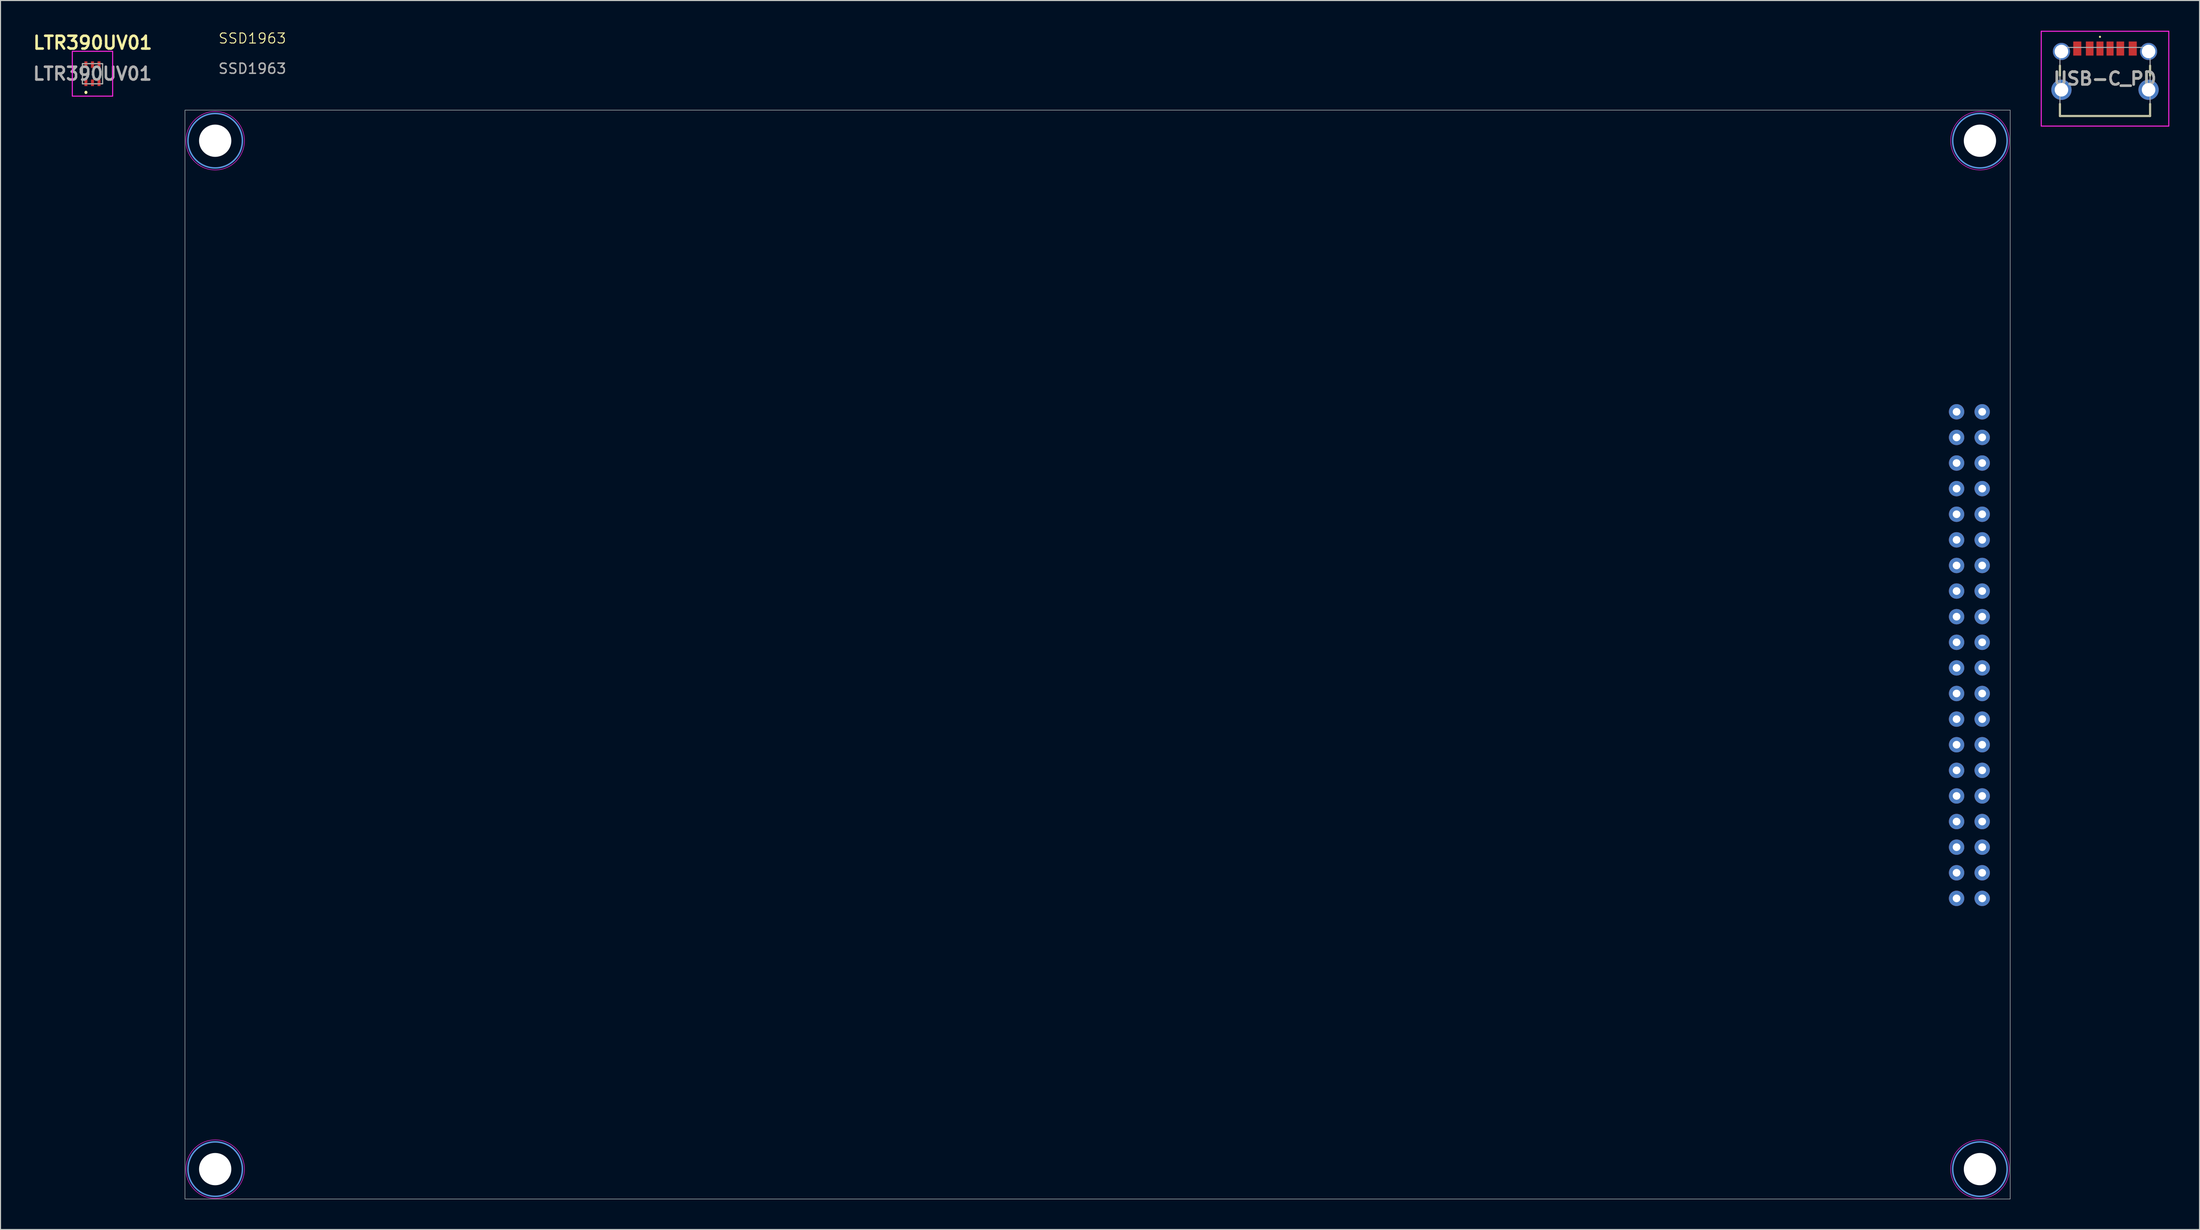
<source format=kicad_pcb>
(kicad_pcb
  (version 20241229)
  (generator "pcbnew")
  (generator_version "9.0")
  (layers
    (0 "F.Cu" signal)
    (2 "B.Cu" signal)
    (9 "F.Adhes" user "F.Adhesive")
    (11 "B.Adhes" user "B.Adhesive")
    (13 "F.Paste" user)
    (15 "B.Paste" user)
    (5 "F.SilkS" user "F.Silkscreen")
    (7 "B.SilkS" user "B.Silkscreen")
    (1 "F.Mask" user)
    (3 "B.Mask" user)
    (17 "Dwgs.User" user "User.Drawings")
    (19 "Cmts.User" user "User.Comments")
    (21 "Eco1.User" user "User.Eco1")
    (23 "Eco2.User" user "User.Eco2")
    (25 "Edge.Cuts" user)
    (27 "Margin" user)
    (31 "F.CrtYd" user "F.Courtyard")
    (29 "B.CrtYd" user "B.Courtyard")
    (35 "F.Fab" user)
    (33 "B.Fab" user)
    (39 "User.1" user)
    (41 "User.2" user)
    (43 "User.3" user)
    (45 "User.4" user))
  (footprint "USB-C_PD"
    (layer "F.Cu")
    (at 205.691 5.055)
    (property "Reference" "USB-C_PD" (at 0 -0.303 0) (layer "F.SilkS") (effects (font (size 1.27 1.27) (thickness 0.254))))
    (attr through_hole)
    (fp_line (start -4.47 -1.6) (end -4.47 -0.6) (stroke (width 0.2) (type solid)) (layer "F.SilkS"))
    (fp_line (start -4.47 2.2) (end -4.47 3.4) (stroke (width 0.2) (type solid)) (layer "F.SilkS"))
    (fp_line (start -4.47 3.4) (end 4.47 3.4) (stroke (width 0.2) (type solid)) (layer "F.SilkS"))
    (fp_line (start -0.5 -4.5) (end -0.5 -4.5) (stroke (width 0.1) (type solid)) (layer "F.SilkS"))
    (fp_line (start -0.5 -4.4) (end -0.5 -4.4) (stroke (width 0.1) (type solid)) (layer "F.SilkS"))
    (fp_line (start 4.47 -1.6) (end 4.47 -0.6) (stroke (width 0.2) (type solid)) (layer "F.SilkS"))
    (fp_line (start 4.47 3.4) (end 4.47 2.2) (stroke (width 0.2) (type solid)) (layer "F.SilkS"))
    (fp_arc (start -0.5 -4.5) (mid -0.45 -4.45) (end -0.5 -4.4) (stroke (width 0.1) (type solid)) (layer "F.SilkS"))
    (fp_arc (start -0.5 -4.4) (mid -0.55 -4.45) (end -0.5 -4.5) (stroke (width 0.1) (type solid)) (layer "F.SilkS"))
    (fp_line (start -6.325 -5.005) (end 6.325 -5.005) (stroke (width 0.1) (type solid)) (layer "F.CrtYd"))
    (fp_line (start -6.325 4.4) (end -6.325 -5.005) (stroke (width 0.1) (type solid)) (layer "F.CrtYd"))
    (fp_line (start 6.325 -5.005) (end 6.325 4.4) (stroke (width 0.1) (type solid)) (layer "F.CrtYd"))
    (fp_line (start 6.325 4.4) (end -6.325 4.4) (stroke (width 0.1) (type solid)) (layer "F.CrtYd"))
    (fp_line (start -4.47 -3.4) (end 4.47 -3.4) (stroke (width 0.1) (type solid)) (layer "F.Fab"))
    (fp_line (start -4.47 3.4) (end -4.47 -3.4) (stroke (width 0.1) (type solid)) (layer "F.Fab"))
    (fp_line (start 4.47 -3.4) (end 4.47 3.4) (stroke (width 0.1) (type solid)) (layer "F.Fab"))
    (fp_line (start 4.47 3.4) (end -4.47 3.4) (stroke (width 0.1) (type solid)) (layer "F.Fab"))
    (fp_text user "${REFERENCE}" (at 0 -0.303 0) (layer "F.Fab") (effects (font (size 1.27 1.27) (thickness 0.254))))
    (pad "A5" smd rect (at -0.5 -3.29) (size 0.7 1.4) (layers "F.Cu" "F.Mask" "F.Paste"))
    (pad "A9" smd rect (at 1.52 -3.29) (size 0.76 1.4) (layers "F.Cu" "F.Mask" "F.Paste"))
    (pad "A12" smd rect (at 2.75 -3.29) (size 0.8 1.4) (layers "F.Cu" "F.Mask" "F.Paste"))
    (pad "B5" smd rect (at 0.5 -3.29) (size 0.7 1.4) (layers "F.Cu" "F.Mask" "F.Paste"))
    (pad "B9" smd rect (at -1.52 -3.29) (size 0.76 1.4) (layers "F.Cu" "F.Mask" "F.Paste"))
    (pad "B12" smd rect (at -2.75 -3.29) (size 0.8 1.4) (layers "F.Cu" "F.Mask" "F.Paste"))
    (pad "S1" thru_hole circle (at -4.32 -3) (size 1.7 1.7) (drill 1.34) (layers "*.Cu" "*.Mask"))
    (pad "S1" thru_hole circle (at -4.32 0.8) (size 2.01 2.01) (drill 1.34) (layers "*.Cu" "*.Mask"))
    (pad "S1" thru_hole circle (at 4.32 -3) (size 1.7 1.7) (drill 1.34) (layers "*.Cu" "*.Mask"))
    (pad "S1" thru_hole circle (at 4.32 0.8) (size 2.01 2.01) (drill 1.34) (layers "*.Cu" "*.Mask")))
  (footprint "LTR390UV01"
    (layer "F.Cu")
    (at 6.12 4.262)
    (property "Reference" "LTR390UV01" (at 0.025 -3.073 0) (layer "F.SilkS") (effects (font (size 1.27 1.27) (thickness 0.254))))
    (attr smd)
    (fp_line (start -1 -1) (end -1 0.982) (stroke (width 0.1) (type default)) (layer "F.SilkS"))
    (fp_line (start -0.999 1.001) (end -0.853 1) (stroke (width 0.1) (type default)) (layer "F.SilkS"))
    (fp_line (start -0.999 -0.999) (end -0.853 -1) (stroke (width 0.1) (type default)) (layer "F.SilkS"))
    (fp_line (start -0.65 1.8) (end -0.65 1.8) (stroke (width 0.2) (type solid)) (layer "F.SilkS"))
    (fp_line (start -0.65 1.9) (end -0.65 1.9) (stroke (width 0.2) (type solid)) (layer "F.SilkS"))
    (fp_line (start -0.65 1.9) (end -0.65 1.9) (stroke (width 0.2) (type solid)) (layer "F.SilkS"))
    (fp_line (start -0.445 1) (end -0.206 1) (stroke (width 0.1) (type default)) (layer "F.SilkS"))
    (fp_line (start -0.444 -0.999) (end -0.204 -0.999) (stroke (width 0.1) (type default)) (layer "F.SilkS"))
    (fp_line (start 0.204 1) (end 0.443 1) (stroke (width 0.1) (type default)) (layer "F.SilkS"))
    (fp_line (start 0.206 -1) (end 0.445 -1) (stroke (width 0.1) (type default)) (layer "F.SilkS"))
    (fp_line (start 1 0.999) (end 0.854 1) (stroke (width 0.1) (type default)) (layer "F.SilkS"))
    (fp_line (start 1 -1.001) (end 0.854 -1) (stroke (width 0.1) (type default)) (layer "F.SilkS"))
    (fp_line (start 1.001 0.999) (end 1.001 -0.982) (stroke (width 0.1) (type default)) (layer "F.SilkS"))
    (fp_arc (start -0.65 1.8) (mid -0.6 1.85) (end -0.65 1.9) (stroke (width 0.2) (type solid)) (layer "F.SilkS"))
    (fp_arc (start -0.65 1.8) (mid -0.6 1.85) (end -0.65 1.9) (stroke (width 0.2) (type solid)) (layer "F.SilkS"))
    (fp_arc (start -0.65 1.9) (mid -0.7 1.85) (end -0.65 1.8) (stroke (width 0.2) (type solid)) (layer "F.SilkS"))
    (fp_line (start -2 -2.225) (end 2 -2.225) (stroke (width 0.1) (type solid)) (layer "F.CrtYd"))
    (fp_line (start -2 2.225) (end -2 -2.225) (stroke (width 0.1) (type solid)) (layer "F.CrtYd"))
    (fp_line (start 2 -2.225) (end 2 2.225) (stroke (width 0.1) (type solid)) (layer "F.CrtYd"))
    (fp_line (start 2 2.225) (end -2 2.225) (stroke (width 0.1) (type solid)) (layer "F.CrtYd"))
    (fp_line (start -1 -1) (end 1 -1) (stroke (width 0.1) (type solid)) (layer "F.Fab"))
    (fp_line (start -1 1) (end -1 -1) (stroke (width 0.1) (type solid)) (layer "F.Fab"))
    (fp_line (start 1 -1) (end 1 1) (stroke (width 0.1) (type solid)) (layer "F.Fab"))
    (fp_line (start 1 1) (end -1 1) (stroke (width 0.1) (type solid)) (layer "F.Fab"))
    (fp_text user "${REFERENCE}" (at 0 0 0) (layer "F.Fab") (effects (font (size 1.27 1.27) (thickness 0.254))))
    (pad "1" smd rect (at -0.65 0.9) (size 0.3 0.65) (layers "F.Cu" "F.Mask" "F.Paste"))
    (pad "2" smd rect (at 0 0.9) (size 0.3 0.65) (layers "F.Cu" "F.Mask" "F.Paste"))
    (pad "3" smd rect (at 0.65 0.9) (size 0.3 0.65) (layers "F.Cu" "F.Mask" "F.Paste"))
    (pad "4" smd rect (at 0.65 -0.9) (size 0.3 0.65) (layers "F.Cu" "F.Mask" "F.Paste"))
    (pad "5" smd rect (at 0 -0.9) (size 0.3 0.65) (layers "F.Cu" "F.Mask" "F.Paste"))
    (pad "6" smd rect (at -0.65 -0.9) (size 0.3 0.65) (layers "F.Cu" "F.Mask" "F.Paste")))
  (footprint "SSD1963"
    (layer "F.Cu")
    (at 192.115 59.284)
    (property "Reference" "SSD1963" (at -170.144 -58.524 0) (unlocked yes) (layer "F.SilkS") (effects (font (size 1 1) (thickness 0.1))))
    (attr through_hole)
    (fp_rect (start -176.824 -51.41) (end 4.176 56.59) (stroke (width 0.05) (type default)) (fill no) (layer "Dwgs.User"))
    (fp_circle (center -173.827 -48.376) (end -171.127 -48.376) (stroke (width 0.15) (type solid)) (fill no) (layer "Cmts.User"))
    (fp_circle (center -173.827 53.624) (end -171.127 53.624) (stroke (width 0.15) (type solid)) (fill no) (layer "Cmts.User"))
    (fp_circle (center 1.173 -48.376) (end 3.873 -48.376) (stroke (width 0.15) (type solid)) (fill no) (layer "Cmts.User"))
    (fp_circle (center 1.173 53.624) (end 3.873 53.624) (stroke (width 0.15) (type solid)) (fill no) (layer "Cmts.User"))
    (fp_circle (center -173.827 -48.376) (end -170.927 -48.376) (stroke (width 0.05) (type solid)) (fill no) (layer "F.CrtYd"))
    (fp_circle (center -173.827 53.624) (end -170.927 53.624) (stroke (width 0.05) (type solid)) (fill no) (layer "F.CrtYd"))
    (fp_circle (center 1.173 -48.376) (end 4.073 -48.376) (stroke (width 0.05) (type solid)) (fill no) (layer "F.CrtYd"))
    (fp_circle (center 1.173 53.624) (end 4.073 53.624) (stroke (width 0.05) (type solid)) (fill no) (layer "F.CrtYd"))
    (fp_text user "${REFERENCE}" (at -170.144 -55.524 0) (unlocked yes) (layer "F.Fab") (effects (font (size 1 1) (thickness 0.15))))
    (pad "" np_thru_hole circle (at -173.827 -48.376) (size 3.2 3.2) (drill 3.2) (layers "*.Cu" "*.Mask"))
    (pad "" np_thru_hole circle (at -173.827 53.624) (size 3.2 3.2) (drill 3.2) (layers "*.Cu" "*.Mask"))
    (pad "" np_thru_hole circle (at 1.173 -48.376) (size 3.2 3.2) (drill 3.2) (layers "*.Cu" "*.Mask"))
    (pad "" np_thru_hole circle (at 1.173 53.624) (size 3.2 3.2) (drill 3.2) (layers "*.Cu" "*.Mask"))
    (pad "1" thru_hole circle (at 1.397 -21.489) (size 1.524 1.524) (drill 0.762) (layers "*.Cu" "*.Mask"))
    (pad "2" thru_hole circle (at 1.397 -18.949) (size 1.524 1.524) (drill 0.762) (layers "*.Cu" "*.Mask"))
    (pad "3" thru_hole circle (at 1.397 -16.409) (size 1.524 1.524) (drill 0.762) (layers "*.Cu" "*.Mask"))
    (pad "4" thru_hole circle (at 1.397 -13.869) (size 1.524 1.524) (drill 0.762) (layers "*.Cu" "*.Mask"))
    (pad "5" thru_hole circle (at 1.397 -11.329) (size 1.524 1.524) (drill 0.762) (layers "*.Cu" "*.Mask"))
    (pad "6" thru_hole circle (at 1.397 -8.789) (size 1.524 1.524) (drill 0.762) (layers "*.Cu" "*.Mask"))
    (pad "7" thru_hole circle (at 1.397 -6.249) (size 1.524 1.524) (drill 0.762) (layers "*.Cu" "*.Mask"))
    (pad "8" thru_hole circle (at 1.397 -3.709) (size 1.524 1.524) (drill 0.762) (layers "*.Cu" "*.Mask"))
    (pad "9" thru_hole circle (at 1.397 -1.169) (size 1.524 1.524) (drill 0.762) (layers "*.Cu" "*.Mask"))
    (pad "10" thru_hole circle (at 1.397 1.371) (size 1.524 1.524) (drill 0.762) (layers "*.Cu" "*.Mask"))
    (pad "11" thru_hole circle (at 1.397 3.911) (size 1.524 1.524) (drill 0.762) (layers "*.Cu" "*.Mask"))
    (pad "12" thru_hole circle (at 1.397 6.451) (size 1.524 1.524) (drill 0.762) (layers "*.Cu" "*.Mask"))
    (pad "13" thru_hole circle (at 1.397 8.991) (size 1.524 1.524) (drill 0.762) (layers "*.Cu" "*.Mask"))
    (pad "14" thru_hole circle (at 1.397 11.531) (size 1.524 1.524) (drill 0.762) (layers "*.Cu" "*.Mask"))
    (pad "15" thru_hole circle (at 1.397 14.071) (size 1.524 1.524) (drill 0.762) (layers "*.Cu" "*.Mask"))
    (pad "16" thru_hole circle (at 1.397 16.611) (size 1.524 1.524) (drill 0.762) (layers "*.Cu" "*.Mask"))
    (pad "17" thru_hole circle (at 1.397 19.151) (size 1.524 1.524) (drill 0.762) (layers "*.Cu" "*.Mask"))
    (pad "18" thru_hole circle (at 1.397 21.691) (size 1.524 1.524) (drill 0.762) (layers "*.Cu" "*.Mask"))
    (pad "19" thru_hole circle (at 1.397 24.231) (size 1.524 1.524) (drill 0.762) (layers "*.Cu" "*.Mask"))
    (pad "20" thru_hole circle (at 1.397 26.771) (size 1.524 1.524) (drill 0.762) (layers "*.Cu" "*.Mask"))
    (pad "21" thru_hole circle (at -1.143 26.771) (size 1.524 1.524) (drill 0.762) (layers "*.Cu" "*.Mask"))
    (pad "22" thru_hole circle (at -1.143 24.231) (size 1.524 1.524) (drill 0.762) (layers "*.Cu" "*.Mask"))
    (pad "23" thru_hole circle (at -1.143 21.691) (size 1.524 1.524) (drill 0.762) (layers "*.Cu" "*.Mask"))
    (pad "24" thru_hole circle (at -1.143 19.151) (size 1.524 1.524) (drill 0.762) (layers "*.Cu" "*.Mask"))
    (pad "25" thru_hole circle (at -1.143 16.611) (size 1.524 1.524) (drill 0.762) (layers "*.Cu" "*.Mask"))
    (pad "26" thru_hole circle (at -1.143 14.071) (size 1.524 1.524) (drill 0.762) (layers "*.Cu" "*.Mask"))
    (pad "27" thru_hole circle (at -1.143 11.531) (size 1.524 1.524) (drill 0.762) (layers "*.Cu" "*.Mask"))
    (pad "28" thru_hole circle (at -1.143 8.991) (size 1.524 1.524) (drill 0.762) (layers "*.Cu" "*.Mask"))
    (pad "29" thru_hole circle (at -1.143 6.451) (size 1.524 1.524) (drill 0.762) (layers "*.Cu" "*.Mask"))
    (pad "30" thru_hole circle (at -1.143 3.911) (size 1.524 1.524) (drill 0.762) (layers "*.Cu" "*.Mask"))
    (pad "31" thru_hole circle (at -1.143 1.371) (size 1.524 1.524) (drill 0.762) (layers "*.Cu" "*.Mask"))
    (pad "32" thru_hole circle (at -1.143 -1.169) (size 1.524 1.524) (drill 0.762) (layers "*.Cu" "*.Mask"))
    (pad "33" thru_hole circle (at -1.143 -3.709) (size 1.524 1.524) (drill 0.762) (layers "*.Cu" "*.Mask"))
    (pad "34" thru_hole circle (at -1.143 -6.249) (size 1.524 1.524) (drill 0.762) (layers "*.Cu" "*.Mask"))
    (pad "35" thru_hole circle (at -1.143 -8.789) (size 1.524 1.524) (drill 0.762) (layers "*.Cu" "*.Mask"))
    (pad "36" thru_hole circle (at -1.143 -11.329) (size 1.524 1.524) (drill 0.762) (layers "*.Cu" "*.Mask"))
    (pad "37" thru_hole circle (at -1.143 -13.869) (size 1.524 1.524) (drill 0.762) (layers "*.Cu" "*.Mask"))
    (pad "38" thru_hole circle (at -1.143 -16.409) (size 1.524 1.524) (drill 0.762) (layers "*.Cu" "*.Mask"))
    (pad "39" thru_hole circle (at -1.143 -18.949) (size 1.524 1.524) (drill 0.762) (layers "*.Cu" "*.Mask"))
    (pad "40" thru_hole circle (at -1.143 -21.489) (size 1.524 1.524) (drill 0.762) (layers "*.Cu" "*.Mask")))
  (gr_rect
    (start -3 -3)
    (end 215.066 118.9)
    (stroke (width 0.1) (type default))
    (fill no)
    (layer "Edge.Cuts")))
</source>
